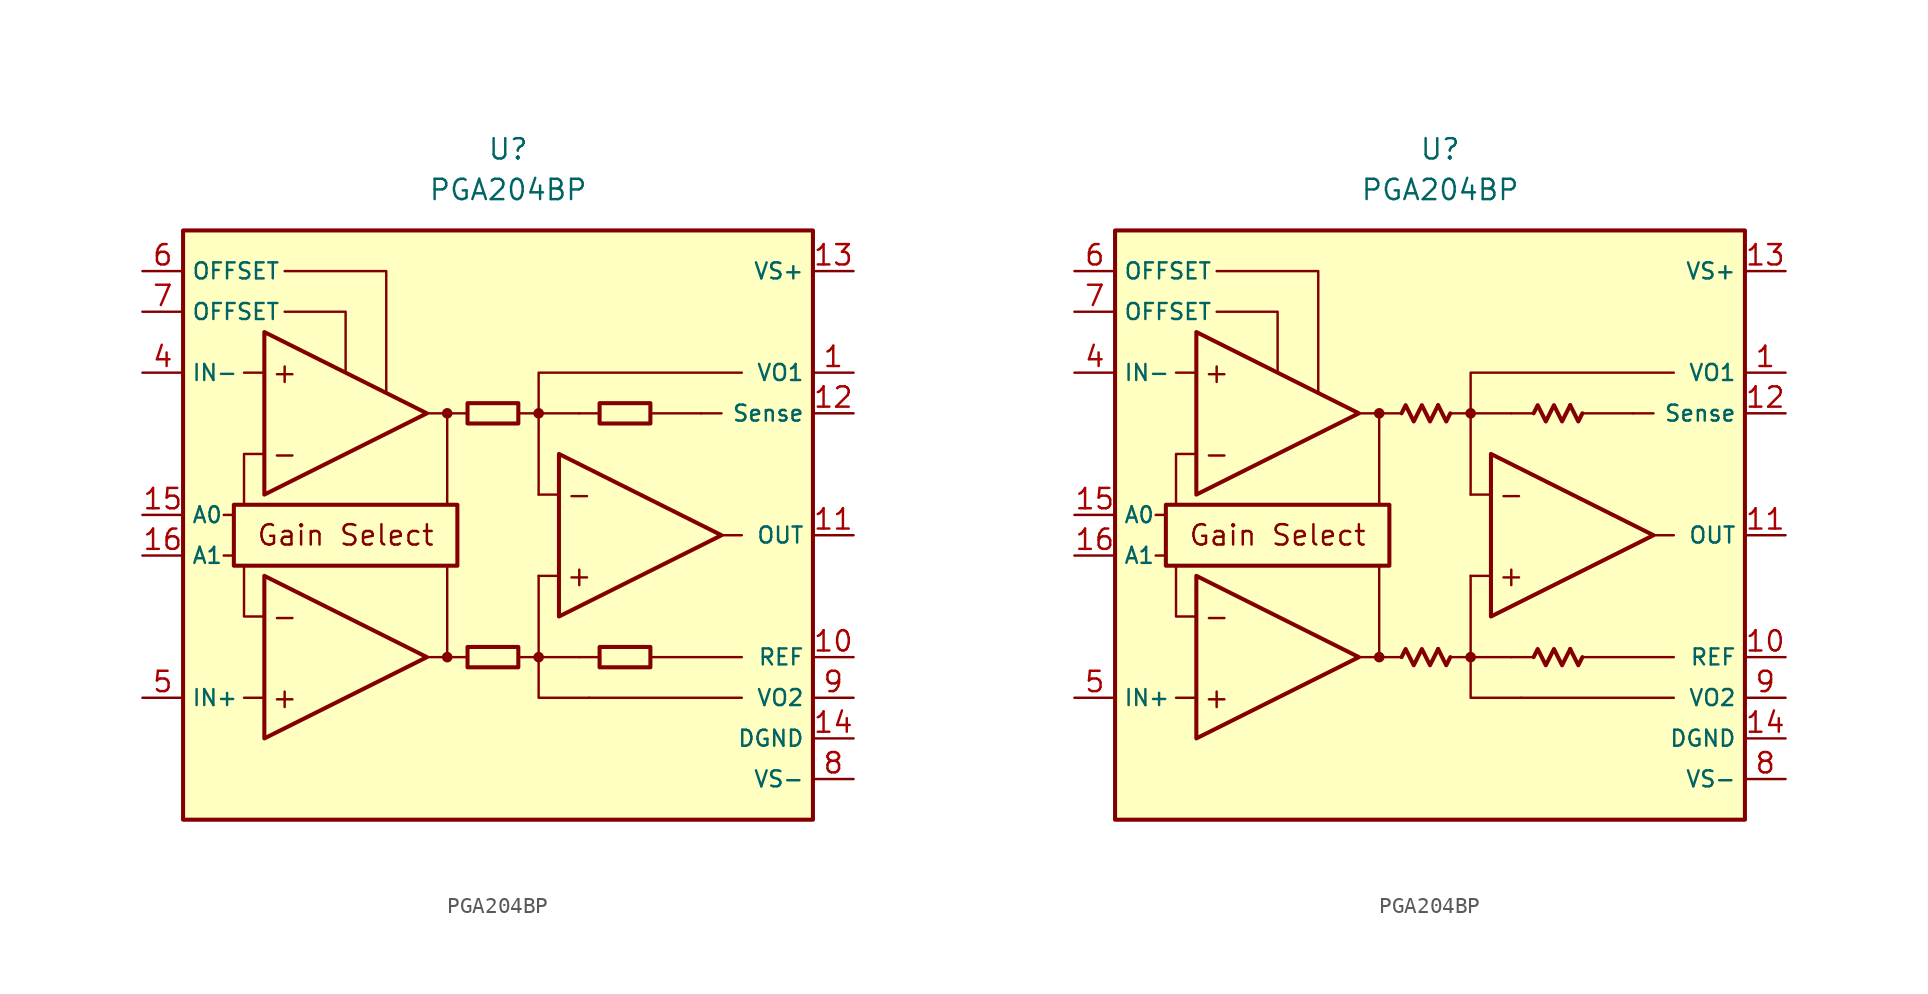
<source format=kicad_sym>
(kicad_symbol_lib
  (version 20231120)
  (generator "kicad_symbol_editor")
  (generator_version "8.0")
  (symbol "PGA204BP"
    (property "Reference" "U"
      (at 0 22.86 0)
      (effects (font (size 1.27 1.27))))
    (property "Value" "PGA204BP"
      (at 0 20.32 0)
      (effects (font (size 1.27 1.27))))
    (symbol "PGA204BP_0_0"
      (rectangle (start -20.32 17.78) (end 19.05 -19.05) (stroke (width 0.254) (type default)) (fill (type background)))
      (rectangle (start -17.145 0.635) (end -3.175 -3.175) (stroke (width 0.254) (type default)) (fill (type none)))
      (circle (center -3.81 -8.89) (radius 0.254) (stroke (width 0.152) (type default)) (fill (type outline)))
      (circle (center -3.81 6.35) (radius 0.254) (stroke (width 0.152) (type default)) (fill (type outline)))
      (polyline (pts (xy -1.27 -8.89)) (stroke (width 0.152) (type default)) (fill (type none)))
      (polyline (pts (xy -1.27 6.35)) (stroke (width 0.152) (type default)) (fill (type none)))
      (polyline (pts (xy 5.715 6.35)) (stroke (width 0.152) (type default)) (fill (type none)))
      (polyline (pts (xy -17.145 -2.54) (xy -17.78 -2.54)) (stroke (width 0.152) (type default)) (fill (type none)))
      (polyline (pts (xy -17.145 0) (xy -17.78 0)) (stroke (width 0.152) (type default)) (fill (type none)))
      (polyline (pts (xy -15.24 -11.43) (xy -16.51 -11.43)) (stroke (width 0.152) (type default)) (fill (type none)))
      (polyline (pts (xy -15.24 8.89) (xy -16.51 8.89)) (stroke (width 0.152) (type default)) (fill (type none)))
      (polyline (pts (xy -5.08 -8.89) (xy -2.54 -8.89)) (stroke (width 0.152) (type default)) (fill (type none)))
      (polyline (pts (xy -5.08 6.35) (xy -2.54 6.35)) (stroke (width 0.152) (type default)) (fill (type none)))
      (polyline (pts (xy -3.81 -8.89) (xy -3.81 -3.175)) (stroke (width 0.152) (type default)) (fill (type none)))
      (polyline (pts (xy -3.81 0.635) (xy -3.81 6.35)) (stroke (width 0.152) (type default)) (fill (type none)))
      (polyline (pts (xy 0.635 -8.89) (xy 1.905 -8.89)) (stroke (width 0.152) (type default)) (fill (type none)))
      (polyline (pts (xy 0.635 6.35) (xy 1.905 6.35)) (stroke (width 0.152) (type default)) (fill (type none)))
      (polyline (pts (xy 3.175 -3.81) (xy 1.905 -3.81)) (stroke (width 0.152) (type default)) (fill (type none)))
      (polyline (pts (xy 3.175 1.27) (xy 1.905 1.27)) (stroke (width 0.152) (type default)) (fill (type none)))
      (polyline (pts (xy 4.445 -8.89) (xy 1.905 -8.89)) (stroke (width 0.152) (type default)) (fill (type none)))
      (polyline (pts (xy 4.445 -8.89) (xy 5.715 -8.89)) (stroke (width 0.152) (type default)) (fill (type none)))
      (polyline (pts (xy 4.445 6.35) (xy 1.905 6.35)) (stroke (width 0.152) (type default)) (fill (type none)))
      (polyline (pts (xy 4.445 6.35) (xy 5.715 6.35)) (stroke (width 0.152) (type default)) (fill (type none)))
      (polyline (pts (xy 8.89 -8.89) (xy 14.605 -8.89)) (stroke (width 0.152) (type default)) (fill (type none)))
      (polyline (pts (xy 8.89 6.35) (xy 12.065 6.35)) (stroke (width 0.152) (type default)) (fill (type none)))
      (polyline (pts (xy 12.065 6.35) (xy 13.335 6.35)) (stroke (width 0.152) (type default)) (fill (type none)))
      (polyline (pts (xy 13.335 -1.27) (xy 14.605 -1.27)) (stroke (width 0.152) (type default)) (fill (type none)))
      (polyline (pts (xy 14.605 -11.43) (xy 5.08 -11.43)) (stroke (width 0.152) (type default)) (fill (type none)))
      (polyline (pts (xy -16.51 -3.175) (xy -16.51 -6.35) (xy -15.24 -6.35)) (stroke (width 0.152) (type default)) (fill (type none)))
      (polyline (pts (xy -15.24 3.81) (xy -16.51 3.81) (xy -16.51 0.635)) (stroke (width 0.152) (type default)) (fill (type none)))
      (polyline (pts (xy -13.97 12.7) (xy -10.16 12.7) (xy -10.16 8.89)) (stroke (width 0.152) (type default)) (fill (type none)))
      (polyline (pts (xy -7.62 7.62) (xy -7.62 15.24) (xy -13.97 15.24)) (stroke (width 0.152) (type default)) (fill (type none)))
      (polyline (pts (xy 1.905 -3.81) (xy 1.905 -11.43) (xy 5.08 -11.43)) (stroke (width 0.152) (type default)) (fill (type none)))
      (polyline (pts (xy 14.605 8.89) (xy 1.905 8.89) (xy 1.905 1.27)) (stroke (width 0.152) (type default)) (fill (type none)))
      (circle (center 1.905 -8.89) (radius 0.254) (stroke (width 0.152) (type default)) (fill (type outline)))
      (circle (center 1.905 6.35) (radius 0.254) (stroke (width 0.152) (type default)) (fill (type outline)))
      (text "+" (at -13.97 -11.43 0) (effects (font (size 1.27 1.27))))
      (text "+" (at -13.97 8.89 0) (effects (font (size 1.27 1.27))))
      (text "+" (at 4.445 -3.81 0) (effects (font (size 1.27 1.27))))
      (text "-" (at -13.97 -6.35 0) (effects (font (size 1.27 1.27))))
      (text "-" (at -13.97 3.81 0) (effects (font (size 1.27 1.27))))
      (text "-" (at 4.445 1.27 0) (effects (font (size 1.27 1.27))))
      (text "Gain Select" (at -10.16 -1.27 0) (effects (font (size 1.27 1.27)))))
    (symbol "PGA204BP_0_1"
      (rectangle (start -2.54 -8.255) (end 0.635 -9.525) (stroke (width 0.254) (type default)) (fill (type none)))
      (rectangle (start -2.54 6.985) (end 0.635 5.715) (stroke (width 0.254) (type default)) (fill (type none)))
      (rectangle (start 5.715 -8.255) (end 8.89 -9.525) (stroke (width 0.254) (type default)) (fill (type none)))
      (rectangle (start 5.715 6.985) (end 8.89 5.715) (stroke (width 0.254) (type default)) (fill (type none))))
    (symbol "PGA204BP_0_2"
      (polyline (pts (xy -0.127 -8.382) (xy 0.381 -9.398) (xy 0.635 -8.89)) (stroke (width 0.254) (type default)) (fill (type none)))
      (polyline (pts (xy -0.127 6.858) (xy 0.381 5.842) (xy 0.635 6.35)) (stroke (width 0.254) (type default)) (fill (type none)))
      (polyline (pts (xy 8.128 -8.382) (xy 8.636 -9.398) (xy 8.89 -8.89)) (stroke (width 0.254) (type default)) (fill (type none)))
      (polyline (pts (xy 8.128 6.858) (xy 8.636 5.842) (xy 8.89 6.35)) (stroke (width 0.254) (type default)) (fill (type none)))
      (polyline (pts (xy -2.413 -8.89) (xy -2.159 -8.382) (xy -1.651 -9.398) (xy -1.143 -8.382) (xy -0.635 -9.398) (xy -0.127 -8.382)) (stroke (width 0.254) (type default)) (fill (type none)))
      (polyline (pts (xy -2.413 6.35) (xy -2.159 6.858) (xy -1.651 5.842) (xy -1.143 6.858) (xy -0.635 5.842) (xy -0.127 6.858)) (stroke (width 0.254) (type default)) (fill (type none)))
      (polyline (pts (xy 5.842 -8.89) (xy 6.096 -8.382) (xy 6.604 -9.398) (xy 7.112 -8.382) (xy 7.62 -9.398) (xy 8.128 -8.382)) (stroke (width 0.254) (type default)) (fill (type none)))
      (polyline (pts (xy 5.842 6.35) (xy 6.096 6.858) (xy 6.604 5.842) (xy 7.112 6.858) (xy 7.62 5.842) (xy 8.128 6.858)) (stroke (width 0.254) (type default)) (fill (type none))))
    (symbol "PGA204BP_1_0"
      (polyline (pts (xy -15.24 -3.81) (xy -15.24 -13.97) (xy -5.08 -8.89) (xy -15.24 -3.81)) (stroke (width 0.254) (type default)) (fill (type background)))
      (polyline (pts (xy -15.24 11.43) (xy -15.24 1.27) (xy -5.08 6.35) (xy -15.24 11.43)) (stroke (width 0.254) (type default)) (fill (type background)))
      (polyline (pts (xy 3.175 3.81) (xy 3.175 -6.35) (xy 13.335 -1.27) (xy 3.175 3.81)) (stroke (width 0.254) (type default)) (fill (type background))))
    (symbol "PGA204BP_1_1"
      (pin passive line (at 21.59 8.89 180) (length 2.54) (name "VO1" (effects (font (size 1 1)))) (number "1" (effects (font (size 1.27 1.27)))))
      (pin passive line (at 21.59 -8.89 180) (length 2.54) (name "REF" (effects (font (size 1 1)))) (number "10" (effects (font (size 1.27 1.27)))))
      (pin output line (at 21.59 -1.27 180) (length 2.54) (name "OUT" (effects (font (size 1 1)))) (number "11" (effects (font (size 1.27 1.27)))))
      (pin passive line (at 21.59 6.35 180) (length 2.54) (name "Sense" (effects (font (size 1 1)))) (number "12" (effects (font (size 1.27 1.27)))))
      (pin power_in line (at 21.59 15.24 180) (length 2.54) (name "VS+" (effects (font (size 1 1)))) (number "13" (effects (font (size 1.27 1.27)))))
      (pin power_in line (at 21.59 -13.97 180) (length 2.54) (name "DGND" (effects (font (size 1 1)))) (number "14" (effects (font (size 1.27 1.27)))))
      (pin input line (at -22.86 0 0) (length 2.54) (name "A0" (effects (font (size 1 1)))) (number "15" (effects (font (size 1.27 1.27)))))
      (pin input line (at -22.86 -2.54 0) (length 2.54) (name "A1" (effects (font (size 1 1)))) (number "16" (effects (font (size 1.27 1.27)))))
      (pin free line (at -1.27 -12.7 0) (length 2.54) hide (name "NC" (effects (font (size 1.27 1.27)))) (number "2" (effects (font (size 1.27 1.27)))))
      (pin free line (at -1.27 -15.24 0) (length 2.54) hide (name "NC" (effects (font (size 1.27 1.27)))) (number "3" (effects (font (size 1.27 1.27)))))
      (pin input line (at -22.86 8.89 0) (length 2.54) (name "IN-" (effects (font (size 1 1)))) (number "4" (effects (font (size 1.27 1.27)))))
      (pin input line (at -22.86 -11.43 0) (length 2.54) (name "IN+" (effects (font (size 1 1)))) (number "5" (effects (font (size 1.27 1.27)))))
      (pin passive line (at -22.86 15.24 0) (length 2.54) (name "OFFSET" (effects (font (size 1 1)))) (number "6" (effects (font (size 1.27 1.27)))))
      (pin passive line (at -22.86 12.7 0) (length 2.54) (name "OFFSET" (effects (font (size 1 1)))) (number "7" (effects (font (size 1.27 1.27)))))
      (pin power_in line (at 21.59 -16.51 180) (length 2.54) (name "VS-" (effects (font (size 1 1)))) (number "8" (effects (font (size 1.27 1.27)))))
      (pin passive line (at 21.59 -11.43 180) (length 2.54) (name "VO2" (effects (font (size 1 1)))) (number "9" (effects (font (size 1.27 1.27))))))
    (symbol "PGA204BP_1_2"
      (pin passive line (at 21.59 8.89 180) (length 2.54) (name "VO1" (effects (font (size 1 1)))) (number "1" (effects (font (size 1.27 1.27)))))
      (pin passive line (at 21.59 -8.89 180) (length 2.54) (name "REF" (effects (font (size 1 1)))) (number "10" (effects (font (size 1.27 1.27)))))
      (pin output line (at 21.59 -1.27 180) (length 2.54) (name "OUT" (effects (font (size 1 1)))) (number "11" (effects (font (size 1.27 1.27)))))
      (pin passive line (at 21.59 6.35 180) (length 2.54) (name "Sense" (effects (font (size 1 1)))) (number "12" (effects (font (size 1.27 1.27)))))
      (pin power_in line (at 21.59 15.24 180) (length 2.54) (name "VS+" (effects (font (size 1 1)))) (number "13" (effects (font (size 1.27 1.27)))))
      (pin power_in line (at 21.59 -13.97 180) (length 2.54) (name "DGND" (effects (font (size 1 1)))) (number "14" (effects (font (size 1.27 1.27)))))
      (pin input line (at -22.86 0 0) (length 2.54) (name "A0" (effects (font (size 1 1)))) (number "15" (effects (font (size 1.27 1.27)))))
      (pin input line (at -22.86 -2.54 0) (length 2.54) (name "A1" (effects (font (size 1 1)))) (number "16" (effects (font (size 1.27 1.27)))))
      (pin no_connect line (at -1.27 -12.7 0) (length 2.54) hide (name "NC" (effects (font (size 1.27 1.27)))) (number "2" (effects (font (size 1.27 1.27)))))
      (pin no_connect line (at -1.27 -15.24 0) (length 2.54) hide (name "NC" (effects (font (size 1.27 1.27)))) (number "3" (effects (font (size 1.27 1.27)))))
      (pin input line (at -22.86 8.89 0) (length 2.54) (name "IN-" (effects (font (size 1 1)))) (number "4" (effects (font (size 1.27 1.27)))))
      (pin input line (at -22.86 -11.43 0) (length 2.54) (name "IN+" (effects (font (size 1 1)))) (number "5" (effects (font (size 1.27 1.27)))))
      (pin passive line (at -22.86 15.24 0) (length 2.54) (name "OFFSET" (effects (font (size 1 1)))) (number "6" (effects (font (size 1.27 1.27)))))
      (pin passive line (at -22.86 12.7 0) (length 2.54) (name "OFFSET" (effects (font (size 1 1)))) (number "7" (effects (font (size 1.27 1.27)))))
      (pin power_in line (at 21.59 -16.51 180) (length 2.54) (name "VS-" (effects (font (size 1 1)))) (number "8" (effects (font (size 1.27 1.27)))))
      (pin passive line (at 21.59 -11.43 180) (length 2.54) (name "VO2" (effects (font (size 1 1)))) (number "9" (effects (font (size 1.27 1.27))))))))
</source>
